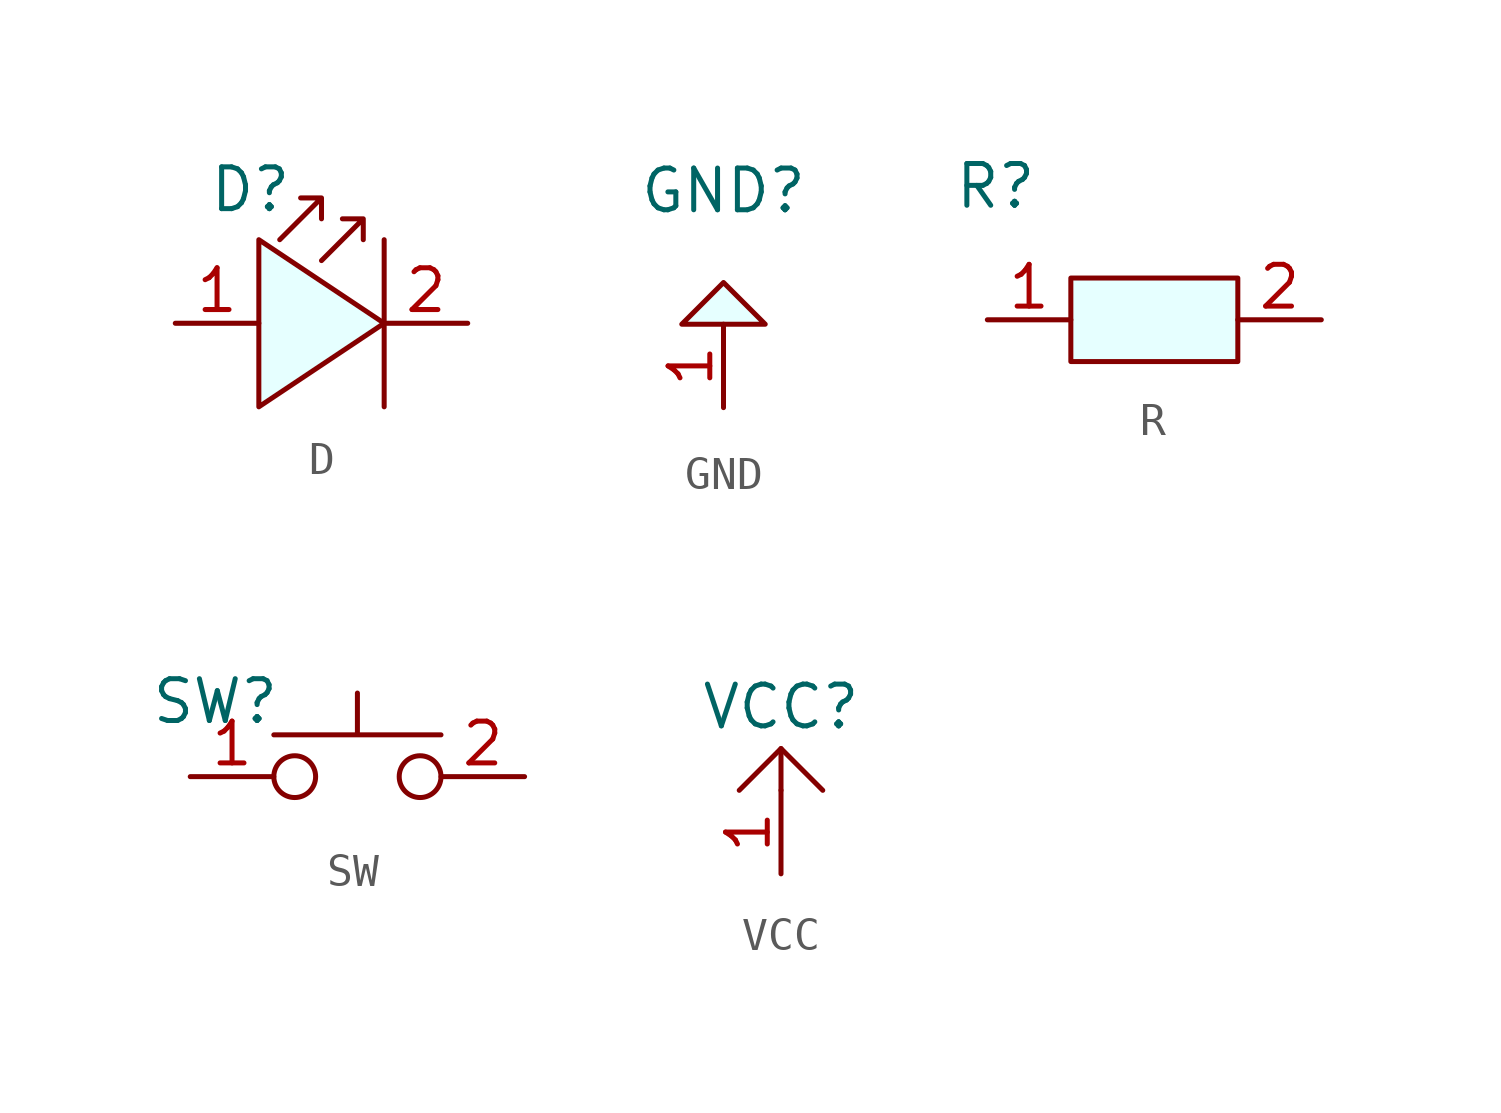
<source format=kicad_sym>
(kicad_symbol_lib
  (version 20241209)
  (generator "kicad_symbol_editor")
  (generator_version "9.0")
  (symbol "D"
    (property "Reference" "D"
      (at -0.254 4.064 0)
      (effects (font (size 1.27 1.27))))
    (property "Value" ""
      (at 0 0 0)
      (effects (font (size 1.27 1.27))))
    (symbol "D_0_1"
      (polyline (pts (xy 0.635 2.54) (xy 1.905 3.81) (xy 1.27 3.81) (xy 1.905 3.81) (xy 1.905 3.175)) (stroke (width 0) (type default)) (fill (type none)))
      (polyline (pts (xy 1.905 1.905) (xy 3.175 3.175) (xy 2.54 3.175) (xy 3.175 3.175) (xy 3.175 2.54)) (stroke (width 0) (type default)) (fill (type none)))
      (polyline (pts (xy 3.81 0) (xy 0 2.54) (xy 0 -2.54) (xy 3.81 0)) (stroke (width 0) (type default)) (fill (type color) (color 0 251 255 0.1)))
      (polyline (pts (xy 3.81 -2.54) (xy 3.81 2.54)) (stroke (width 0) (type default)) (fill (type none))))
    (symbol "D_1_1"
      (pin passive line (at -2.54 0 0) (length 2.54) (name "" (effects (font (size 1.27 1.27)))) (number "1" (effects (font (size 1.27 1.27)))))
      (pin passive line (at 6.35 0 180) (length 2.54) (name "" (effects (font (size 1.27 1.27)))) (number "2" (effects (font (size 1.27 1.27)))))))
  (symbol "GND"
    (power)
    (property "Reference" "GND"
      (at 0 4.064 0)
      (effects (font (size 1.27 1.27))))
    (symbol "GND_0_1"
      (polyline (pts (xy -1.27 0) (xy 1.27 0) (xy 0 1.27) (xy -1.27 0)) (stroke (width 0) (type default)) (fill (type color) (color 0 255 255 0.1))))
    (symbol "GND_1_1"
      (pin power_in line (at 0 -2.54 90) (length 2.54) (name "" (effects (font (size 1.27 1.27)))) (number "1" (effects (font (size 1.27 1.27)))))))
  (symbol "R"
    (property "Reference" "R"
      (at -2.286 5.334 0)
      (effects (font (size 1.27 1.27))))
    (property "Value" ""
      (at 0 0 0)
      (effects (font (size 1.27 1.27))))
    (symbol "R_0_1"
      (rectangle (start 0 2.54) (end 5.08 0) (stroke (width 0) (type default)) (fill (type color) (color 0 251 255 0.1))))
    (symbol "R_1_1"
      (pin passive line (at -2.54 1.27 0) (length 2.54) (name "~" (effects (font (size 1.27 1.27)))) (number "1" (effects (font (size 1.27 1.27)))))
      (pin passive line (at 7.62 1.27 180) (length 2.54) (name "~" (effects (font (size 1.27 1.27)))) (number "2" (effects (font (size 1.27 1.27)))))))
  (symbol "SW"
    (property "Reference" "SW"
      (at -1.778 3.556 0)
      (effects (font (size 1.27 1.27))))
    (property "Value" ""
      (at 0 0 0)
      (effects (font (size 1.27 1.27))))
    (symbol "SW_0_1"
      (polyline (pts (xy 0 2.54) (xy 5.08 2.54) (xy 2.54 2.54) (xy 2.54 3.81)) (stroke (width 0) (type default)) (fill (type none)))
      (circle (center 0.635 1.27) (radius 0.635) (stroke (width 0) (type default)) (fill (type none)))
      (circle (center 4.445 1.27) (radius 0.635) (stroke (width 0) (type default)) (fill (type none))))
    (symbol "SW_1_1"
      (pin passive line (at -2.54 1.27 0) (length 2.54) (name "" (effects (font (size 1.27 1.27)))) (number "1" (effects (font (size 1.27 1.27)))))
      (pin passive line (at 7.62 1.27 180) (length 2.54) (name "" (effects (font (size 1.27 1.27)))) (number "2" (effects (font (size 1.27 1.27)))))))
  (symbol "VCC"
    (power)
    (property "Reference" "VCC"
      (at 0 2.54 0)
      (effects (font (size 1.27 1.27))))
    (symbol "VCC_0_1"
      (polyline (pts (xy -1.27 0) (xy 0 1.27) (xy 1.27 0)) (stroke (width 0) (type default)) (fill (type none)))
      (polyline (pts (xy 0 0) (xy 0 1.27)) (stroke (width 0) (type default)) (fill (type none))))
    (symbol "VCC_1_1"
      (pin power_in line (at 0 -2.54 90) (length 2.54) (name "" (effects (font (size 1.27 1.27)))) (number "1" (effects (font (size 1.27 1.27))))))))
</source>
